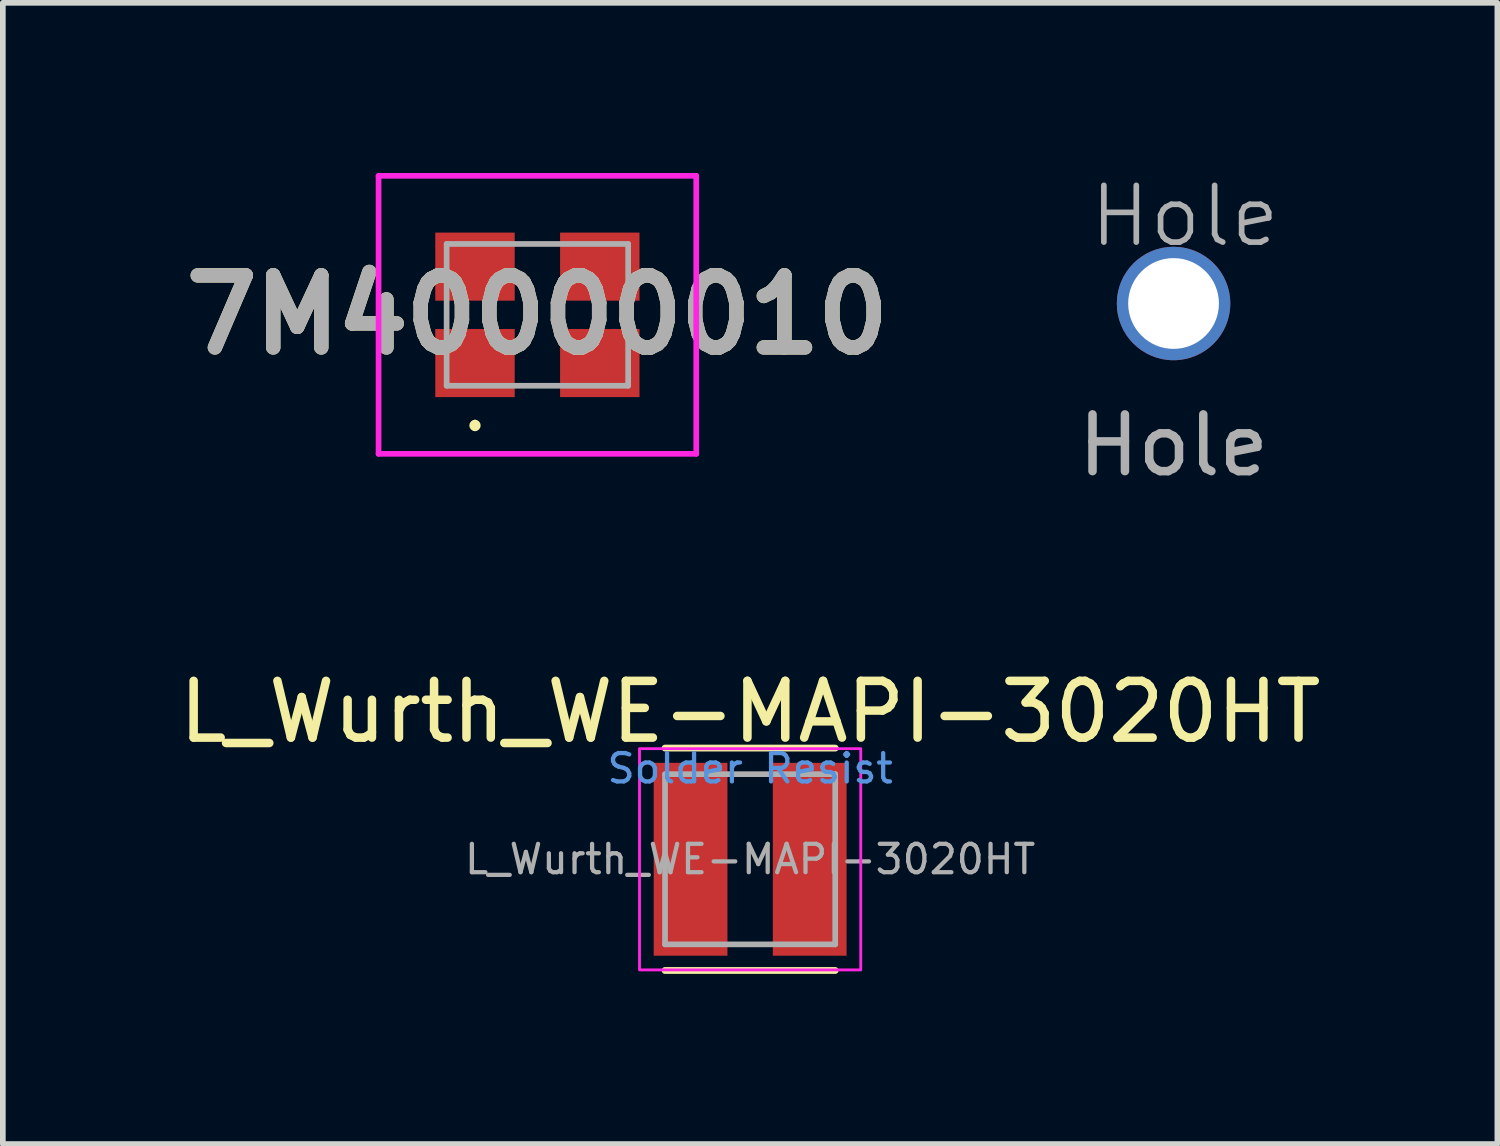
<source format=kicad_pcb>
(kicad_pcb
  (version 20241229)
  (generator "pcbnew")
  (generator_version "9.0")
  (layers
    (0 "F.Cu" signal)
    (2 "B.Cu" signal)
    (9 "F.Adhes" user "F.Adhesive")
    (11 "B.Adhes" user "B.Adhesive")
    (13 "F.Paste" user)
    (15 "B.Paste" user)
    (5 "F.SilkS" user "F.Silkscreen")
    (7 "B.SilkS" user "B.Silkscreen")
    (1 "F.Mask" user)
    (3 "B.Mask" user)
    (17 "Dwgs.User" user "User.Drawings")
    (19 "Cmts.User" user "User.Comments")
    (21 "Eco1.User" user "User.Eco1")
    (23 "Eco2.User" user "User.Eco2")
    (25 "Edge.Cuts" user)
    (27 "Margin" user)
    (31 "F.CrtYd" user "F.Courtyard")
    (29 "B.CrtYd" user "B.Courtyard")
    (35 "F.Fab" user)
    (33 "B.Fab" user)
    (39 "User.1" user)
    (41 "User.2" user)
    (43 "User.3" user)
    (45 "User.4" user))
  (footprint "7M40000010"
    (layer "F.Cu")
    (at 6.423 2.5)
    (property "Reference" "7M40000010" (at 0 0 0) (layer "F.SilkS") (effects (font (size 1.27 1.27) (thickness 0.254))))
    (attr smd)
    (fp_line (start -1.1 1.9) (end -1.1 1.9) (stroke (width 0.1) (type solid)) (layer "F.SilkS"))
    (fp_line (start -1.1 2) (end -1.1 2) (stroke (width 0.1) (type solid)) (layer "F.SilkS"))
    (fp_arc (start -1.1 1.9) (mid -1.05 1.95) (end -1.1 2) (stroke (width 0.1) (type solid)) (layer "F.SilkS"))
    (fp_arc (start -1.1 2) (mid -1.15 1.95) (end -1.1 1.9) (stroke (width 0.1) (type solid)) (layer "F.SilkS"))
    (fp_line (start -2.8 -2.45) (end 2.8 -2.45) (stroke (width 0.1) (type solid)) (layer "F.CrtYd"))
    (fp_line (start -2.8 2.45) (end -2.8 -2.45) (stroke (width 0.1) (type solid)) (layer "F.CrtYd"))
    (fp_line (start 2.8 -2.45) (end 2.8 2.45) (stroke (width 0.1) (type solid)) (layer "F.CrtYd"))
    (fp_line (start 2.8 2.45) (end -2.8 2.45) (stroke (width 0.1) (type solid)) (layer "F.CrtYd"))
    (fp_line (start -1.6 -1.25) (end 1.6 -1.25) (stroke (width 0.1) (type solid)) (layer "F.Fab"))
    (fp_line (start -1.6 1.25) (end -1.6 -1.25) (stroke (width 0.1) (type solid)) (layer "F.Fab"))
    (fp_line (start 1.6 -1.25) (end 1.6 1.25) (stroke (width 0.1) (type solid)) (layer "F.Fab"))
    (fp_line (start 1.6 1.25) (end -1.6 1.25) (stroke (width 0.1) (type solid)) (layer "F.Fab"))
    (fp_text user "${REFERENCE}" (at 0 0 0) (layer "F.Fab") (effects (font (size 1.27 1.27) (thickness 0.254))))
    (pad "1" smd rect (at -1.1 0.85 90) (size 1.2 1.4) (layers "F.Cu" "F.Mask" "F.Paste"))
    (pad "2" smd rect (at 1.1 0.85 90) (size 1.2 1.4) (layers "F.Cu" "F.Mask" "F.Paste"))
    (pad "3" smd rect (at 1.1 -0.85 90) (size 1.2 1.4) (layers "F.Cu" "F.Mask" "F.Paste"))
    (pad "4" smd rect (at -1.1 -0.85 90) (size 1.2 1.4) (layers "F.Cu" "F.Mask" "F.Paste")))
  (footprint "Hole"
    (layer "F.Cu")
    (at 17.637 2.3)
    (property "Reference" "Hole" (at 0.2 -1.54 0) (unlocked yes) (layer "F.Fab") (effects (font (size 1 1) (thickness 0.1))))
    (attr through_hole board_only exclude_from_pos_files exclude_from_bom)
    (fp_text user "${REFERENCE}" (at 0 2.5 0) (unlocked yes) (layer "F.Fab") (effects (font (size 1 1) (thickness 0.15))))
    (pad "1" thru_hole circle (at 0 0) (size 2 2) (drill 1.6) (property pad_prop_mechanical) (layers "*.Cu" "*.Mask")))
  (footprint "L_Wurth_WE-MAPI-3020HT"
    (layer "F.Cu")
    (at 10.173 12.097)
    (property "Reference" "L_Wurth_WE-MAPI-3020HT" (at 0 -2.6 0) (unlocked yes) (layer "F.SilkS") (effects (font (size 1 1) (thickness 0.15))))
    (attr smd)
    (fp_line (start -1.5 -1.96) (end 1.5 -1.96) (stroke (width 0.12) (type solid)) (layer "F.SilkS"))
    (fp_line (start -1.5 1.96) (end 1.5 1.96) (stroke (width 0.12) (type solid)) (layer "F.SilkS"))
    (fp_rect (start -1.95 -1.95) (end 1.95 1.95) (stroke (width 0.05) (type solid)) (fill no) (layer "F.CrtYd"))
    (fp_line (start -1.5 -1.5) (end 1.5 -1.5) (stroke (width 0.1) (type solid)) (layer "F.Fab"))
    (fp_line (start -1.5 1.5) (end -1.5 -1.5) (stroke (width 0.1) (type solid)) (layer "F.Fab"))
    (fp_line (start -1.5 1.5) (end 1.5 1.5) (stroke (width 0.1) (type solid)) (layer "F.Fab"))
    (fp_line (start 1.5 -1.5) (end 1.5 1.5) (stroke (width 0.1) (type solid)) (layer "F.Fab"))
    (fp_text user "Solder Resist" (at 0 -1.6 0) (unlocked yes) (layer "Cmts.User") (effects (font (size 0.5 0.5) (thickness 0.075))))
    (fp_text user "${REFERENCE}" (at 0 0 0) (unlocked yes) (layer "F.Fab") (effects (font (size 0.5 0.5) (thickness 0.075))))
    (pad "1" smd rect (at -1.05 0) (size 1.3 3.4) (layers "F.Cu" "F.Mask" "F.Paste"))
    (pad "2" smd rect (at 1.05 0) (size 1.3 3.4) (layers "F.Cu" "F.Mask" "F.Paste"))
    (zone (net_name "") (layers "F.Cu" "Dwgs.User") (name "Solder Resist") (hatch full 0.1) (connect_pads) (min_thickness 0.25) (filled_areas_thickness no) (keepout (tracks not_allowed) (vias not_allowed) (pads not_allowed) (copperpour not_allowed) (footprints not_allowed)) (placement (enabled no)) (fill) (polygon (pts (xy 9.773 10.147) (xy 9.773 14.047) (xy 10.573 14.047) (xy 10.573 10.147)))))
  (gr_rect
    (start -3 -3)
    (end 23.345 17.117)
    (stroke (width 0.1) (type default))
    (fill no)
    (layer "Edge.Cuts")))
</source>
